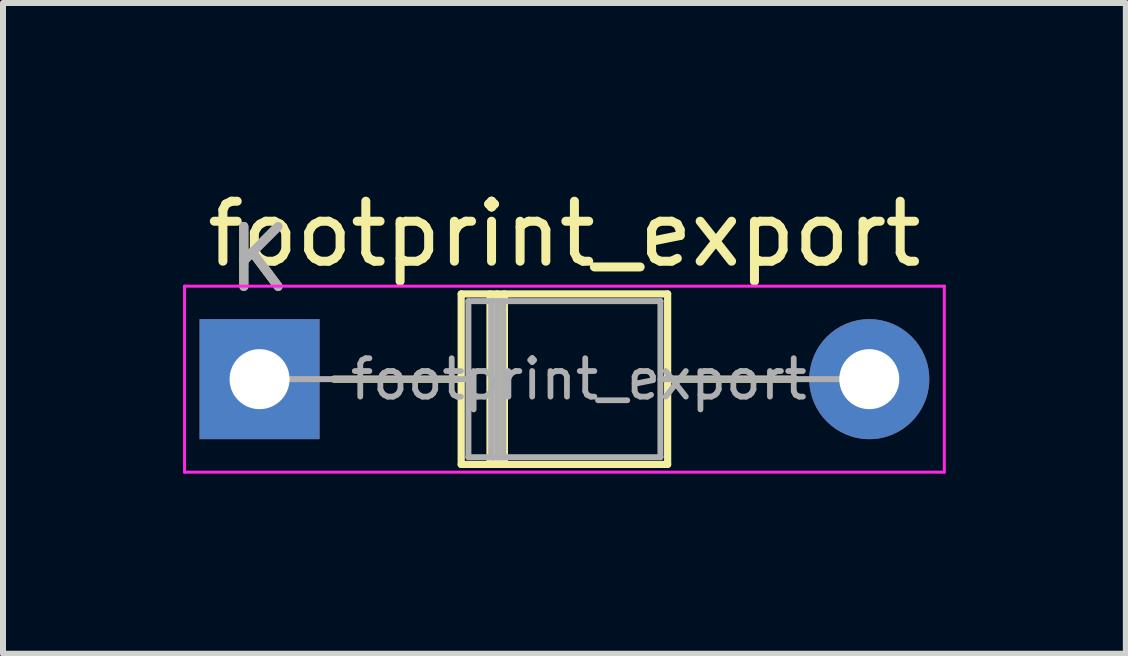
<source format=kicad_pcb>
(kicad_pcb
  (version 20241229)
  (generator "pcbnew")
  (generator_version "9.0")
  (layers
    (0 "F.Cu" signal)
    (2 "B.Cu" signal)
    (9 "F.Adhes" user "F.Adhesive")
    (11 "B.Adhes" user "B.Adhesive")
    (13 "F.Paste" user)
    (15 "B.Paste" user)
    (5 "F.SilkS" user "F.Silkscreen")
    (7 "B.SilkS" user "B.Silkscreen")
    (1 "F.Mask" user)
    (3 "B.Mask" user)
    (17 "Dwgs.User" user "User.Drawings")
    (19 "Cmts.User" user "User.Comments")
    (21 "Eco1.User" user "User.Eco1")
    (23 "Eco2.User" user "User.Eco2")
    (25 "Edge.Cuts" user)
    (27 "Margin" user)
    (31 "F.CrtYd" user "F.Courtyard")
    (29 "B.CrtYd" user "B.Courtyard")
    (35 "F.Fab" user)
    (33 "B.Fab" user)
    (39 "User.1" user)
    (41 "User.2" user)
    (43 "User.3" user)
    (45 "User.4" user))
  (footprint "footprint_export"
    (layer "F.Cu")
    (at 1.275 3.268)
    (property "Reference" "footprint_export" (at 5.08 -2.42 0) (layer "F.SilkS") (effects (font (size 1 1) (thickness 0.15))))
    (attr through_hole)
    (fp_line (start 1.24 0) (end 3.36 0) (stroke (width 0.12) (type solid)) (layer "F.SilkS"))
    (fp_line (start 3.36 -1.42) (end 3.36 1.42) (stroke (width 0.12) (type solid)) (layer "F.SilkS"))
    (fp_line (start 3.36 1.42) (end 6.8 1.42) (stroke (width 0.12) (type solid)) (layer "F.SilkS"))
    (fp_line (start 3.84 -1.42) (end 3.84 1.42) (stroke (width 0.12) (type solid)) (layer "F.SilkS"))
    (fp_line (start 3.96 -1.42) (end 3.96 1.42) (stroke (width 0.12) (type solid)) (layer "F.SilkS"))
    (fp_line (start 4.08 -1.42) (end 4.08 1.42) (stroke (width 0.12) (type solid)) (layer "F.SilkS"))
    (fp_line (start 6.8 -1.42) (end 3.36 -1.42) (stroke (width 0.12) (type solid)) (layer "F.SilkS"))
    (fp_line (start 6.8 1.42) (end 6.8 -1.42) (stroke (width 0.12) (type solid)) (layer "F.SilkS"))
    (fp_line (start 8.92 0) (end 6.8 0) (stroke (width 0.12) (type solid)) (layer "F.SilkS"))
    (fp_line (start -1.25 -1.55) (end -1.25 1.55) (stroke (width 0.05) (type solid)) (layer "F.CrtYd"))
    (fp_line (start -1.25 1.55) (end 11.41 1.55) (stroke (width 0.05) (type solid)) (layer "F.CrtYd"))
    (fp_line (start 11.41 -1.55) (end -1.25 -1.55) (stroke (width 0.05) (type solid)) (layer "F.CrtYd"))
    (fp_line (start 11.41 1.55) (end 11.41 -1.55) (stroke (width 0.05) (type solid)) (layer "F.CrtYd"))
    (fp_line (start 0 0) (end 3.48 0) (stroke (width 0.1) (type solid)) (layer "F.Fab"))
    (fp_line (start 3.48 -1.3) (end 3.48 1.3) (stroke (width 0.1) (type solid)) (layer "F.Fab"))
    (fp_line (start 3.48 1.3) (end 6.68 1.3) (stroke (width 0.1) (type solid)) (layer "F.Fab"))
    (fp_line (start 3.86 -1.3) (end 3.86 1.3) (stroke (width 0.1) (type solid)) (layer "F.Fab"))
    (fp_line (start 3.96 -1.3) (end 3.96 1.3) (stroke (width 0.1) (type solid)) (layer "F.Fab"))
    (fp_line (start 4.06 -1.3) (end 4.06 1.3) (stroke (width 0.1) (type solid)) (layer "F.Fab"))
    (fp_line (start 6.68 -1.3) (end 3.48 -1.3) (stroke (width 0.1) (type solid)) (layer "F.Fab"))
    (fp_line (start 6.68 1.3) (end 6.68 -1.3) (stroke (width 0.1) (type solid)) (layer "F.Fab"))
    (fp_line (start 10.16 0) (end 6.68 0) (stroke (width 0.1) (type solid)) (layer "F.Fab"))
    (fp_text user "K" (at 0 -2 0) (layer "F.SilkS") (effects (font (size 1 1) (thickness 0.15))))
    (fp_text user "${REFERENCE}" (at 5.32 0 0) (layer "F.Fab") (effects (font (size 0.64 0.64) (thickness 0.096))))
    (fp_text user "K" (at 0 -2 0) (layer "F.Fab") (effects (font (size 1 1) (thickness 0.15))))
    (pad "1" thru_hole rect (at 0 0) (size 2 2) (drill 1) (layers "*.Cu" "*.Mask"))
    (pad "2" thru_hole oval (at 10.16 0) (size 2 2) (drill 1) (layers "*.Cu" "*.Mask")))
  (gr_rect
    (start -3 -3)
    (end 15.71 7.843)
    (stroke (width 0.1) (type default))
    (fill no)
    (layer "Edge.Cuts")))
</source>
